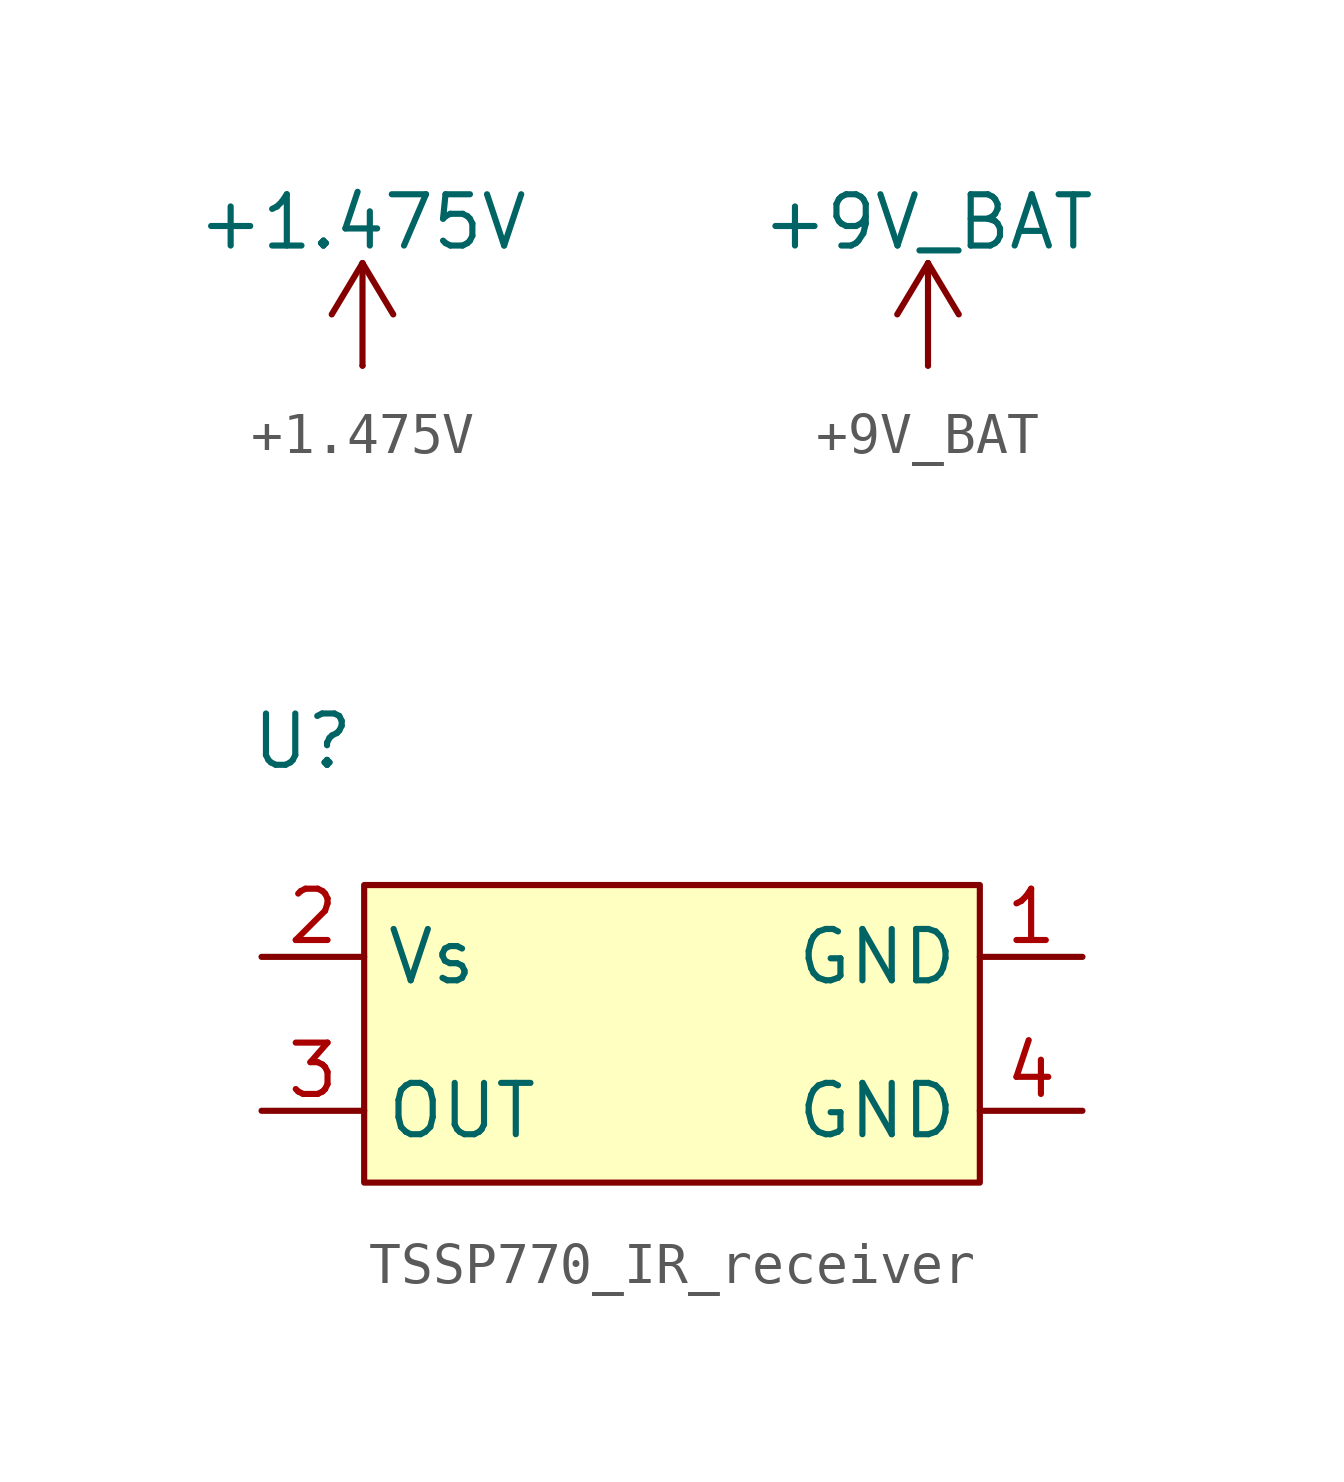
<source format=kicad_sym>
(kicad_symbol_lib
  (version 20231120)
  (generator "kicad_symbol_editor")
  (generator_version "8.0")
  (symbol "+1.475V"
    (power)
    (pin_numbers hide)
    (pin_names
      (offset 0) hide)
    (property "Reference" "#PWR"
      (at 0 -3.81 0)
      (effects (font (size 1.27 1.27)) (hide yes)))
    (property "Value" "+1.475V"
      (at 0 3.556 0)
      (effects (font (size 1.27 1.27))))
    (symbol "+1.475V_0_1"
      (polyline (pts (xy -0.762 1.27) (xy 0 2.54)) (stroke (width 0) (type default)) (fill (type none)))
      (polyline (pts (xy 0 0) (xy 0 2.54)) (stroke (width 0) (type default)) (fill (type none)))
      (polyline (pts (xy 0 2.54) (xy 0.762 1.27)) (stroke (width 0) (type default)) (fill (type none))))
    (symbol "+1.475V_1_1"
      (pin power_in line (at 0 0 90) (length 0) (name "~" (effects (font (size 1.27 1.27)))) (number "1" (effects (font (size 1.27 1.27)))))))
  (symbol "+9V_BAT"
    (power)
    (pin_numbers hide)
    (pin_names
      (offset 0) hide)
    (property "Reference" "#PWR"
      (at 0 -3.81 0)
      (effects (font (size 1.27 1.27)) (hide yes)))
    (property "Value" "+9V_BAT"
      (at 0 3.556 0)
      (effects (font (size 1.27 1.27))))
    (symbol "+9V_BAT_0_1"
      (polyline (pts (xy -0.762 1.27) (xy 0 2.54)) (stroke (width 0) (type default)) (fill (type none)))
      (polyline (pts (xy 0 0) (xy 0 2.54)) (stroke (width 0) (type default)) (fill (type none)))
      (polyline (pts (xy 0 2.54) (xy 0.762 1.27)) (stroke (width 0) (type default)) (fill (type none))))
    (symbol "+9V_BAT_1_1"
      (pin power_in line (at 0 0 90) (length 0) (name "~" (effects (font (size 1.27 1.27)))) (number "1" (effects (font (size 1.27 1.27)))))))
  (symbol "TSSP770_IR_receiver"
    (property "Reference" "U"
      (at -1.524 5.334 0)
      (effects (font (size 1.27 1.27))))
    (property "Value" ""
      (at 0 0 0)
      (effects (font (size 1.27 1.27))))
    (symbol "TSSP770_IR_receiver_1_1"
      (rectangle (start 0 1.778) (end 15.24 -5.588) (stroke (width 0) (type default)) (fill (type background)))
      (pin power_in line (at 17.78 0 180) (length 2.54) (name "GND" (effects (font (size 1.27 1.27)))) (number "1" (effects (font (size 1.27 1.27)))))
      (pin power_in line (at -2.54 0 0) (length 2.54) (name "Vs" (effects (font (size 1.27 1.27)))) (number "2" (effects (font (size 1.27 1.27)))))
      (pin output line (at -2.54 -3.81 0) (length 2.54) (name "OUT" (effects (font (size 1.27 1.27)))) (number "3" (effects (font (size 1.27 1.27)))))
      (pin power_in line (at 17.78 -3.81 180) (length 2.54) (name "GND" (effects (font (size 1.27 1.27)))) (number "4" (effects (font (size 1.27 1.27))))))))
</source>
